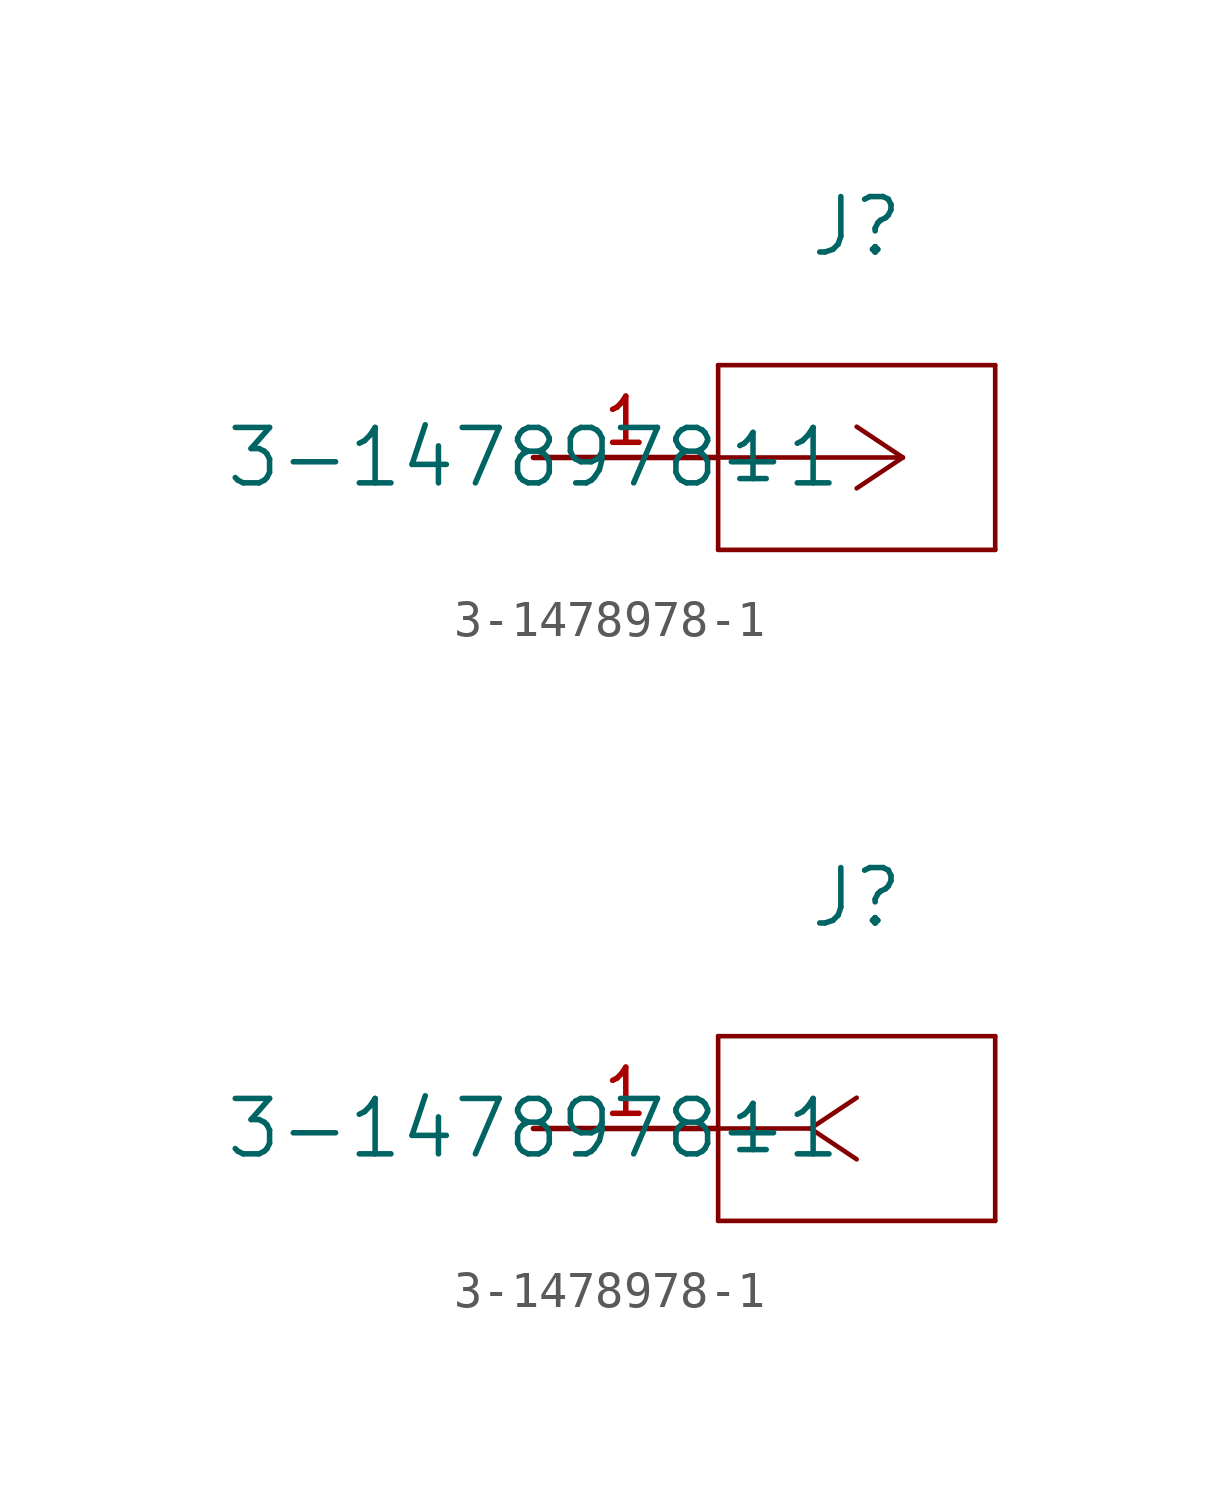
<source format=kicad_sym>
(kicad_symbol_lib
  (version 20211014)
  (generator kicad_symbol_editor)
  (symbol "3-1478978-1"
    (pin_names
      (offset 0.254))
    (property "Reference" "J"
      (at 8.89 6.35 0)
      (effects (font (size 1.524 1.524))))
    (property "Value" "3-1478978-1"
      (at 0 0 0)
      (effects (font (size 1.524 1.524))))
    (symbol "3-1478978-1_1_1"
      (polyline (pts (xy 10.16 0) (xy 5.08 0)) (stroke (width 0.127) (type default) (color 0 0 0 0)) (fill (type none)))
      (polyline (pts (xy 10.16 0) (xy 8.89 0.847)) (stroke (width 0.127) (type default) (color 0 0 0 0)) (fill (type none)))
      (polyline (pts (xy 10.16 0) (xy 8.89 -0.847)) (stroke (width 0.127) (type default) (color 0 0 0 0)) (fill (type none)))
      (polyline (pts (xy 5.08 2.54) (xy 5.08 -2.54)) (stroke (width 0.127) (type default) (color 0 0 0 0)) (fill (type none)))
      (polyline (pts (xy 5.08 -2.54) (xy 12.7 -2.54)) (stroke (width 0.127) (type default) (color 0 0 0 0)) (fill (type none)))
      (polyline (pts (xy 12.7 -2.54) (xy 12.7 2.54)) (stroke (width 0.127) (type default) (color 0 0 0 0)) (fill (type none)))
      (polyline (pts (xy 12.7 2.54) (xy 5.08 2.54)) (stroke (width 0.127) (type default) (color 0 0 0 0)) (fill (type none)))
      (pin unspecified line (at 0 0 0) (length 5.08) (name "1" (effects (font (size 1.27 1.27)))) (number "1" (effects (font (size 1.27 1.27))))))
    (symbol "3-1478978-1_1_2"
      (polyline (pts (xy 7.62 0) (xy 5.08 0)) (stroke (width 0.127) (type default) (color 0 0 0 0)) (fill (type none)))
      (polyline (pts (xy 7.62 0) (xy 8.89 0.847)) (stroke (width 0.127) (type default) (color 0 0 0 0)) (fill (type none)))
      (polyline (pts (xy 7.62 0) (xy 8.89 -0.847)) (stroke (width 0.127) (type default) (color 0 0 0 0)) (fill (type none)))
      (polyline (pts (xy 5.08 2.54) (xy 5.08 -2.54)) (stroke (width 0.127) (type default) (color 0 0 0 0)) (fill (type none)))
      (polyline (pts (xy 5.08 -2.54) (xy 12.7 -2.54)) (stroke (width 0.127) (type default) (color 0 0 0 0)) (fill (type none)))
      (polyline (pts (xy 12.7 -2.54) (xy 12.7 2.54)) (stroke (width 0.127) (type default) (color 0 0 0 0)) (fill (type none)))
      (polyline (pts (xy 12.7 2.54) (xy 5.08 2.54)) (stroke (width 0.127) (type default) (color 0 0 0 0)) (fill (type none)))
      (pin unspecified line (at 0 0 0) (length 5.08) (name "1" (effects (font (size 1.27 1.27)))) (number "1" (effects (font (size 1.27 1.27))))))))
</source>
